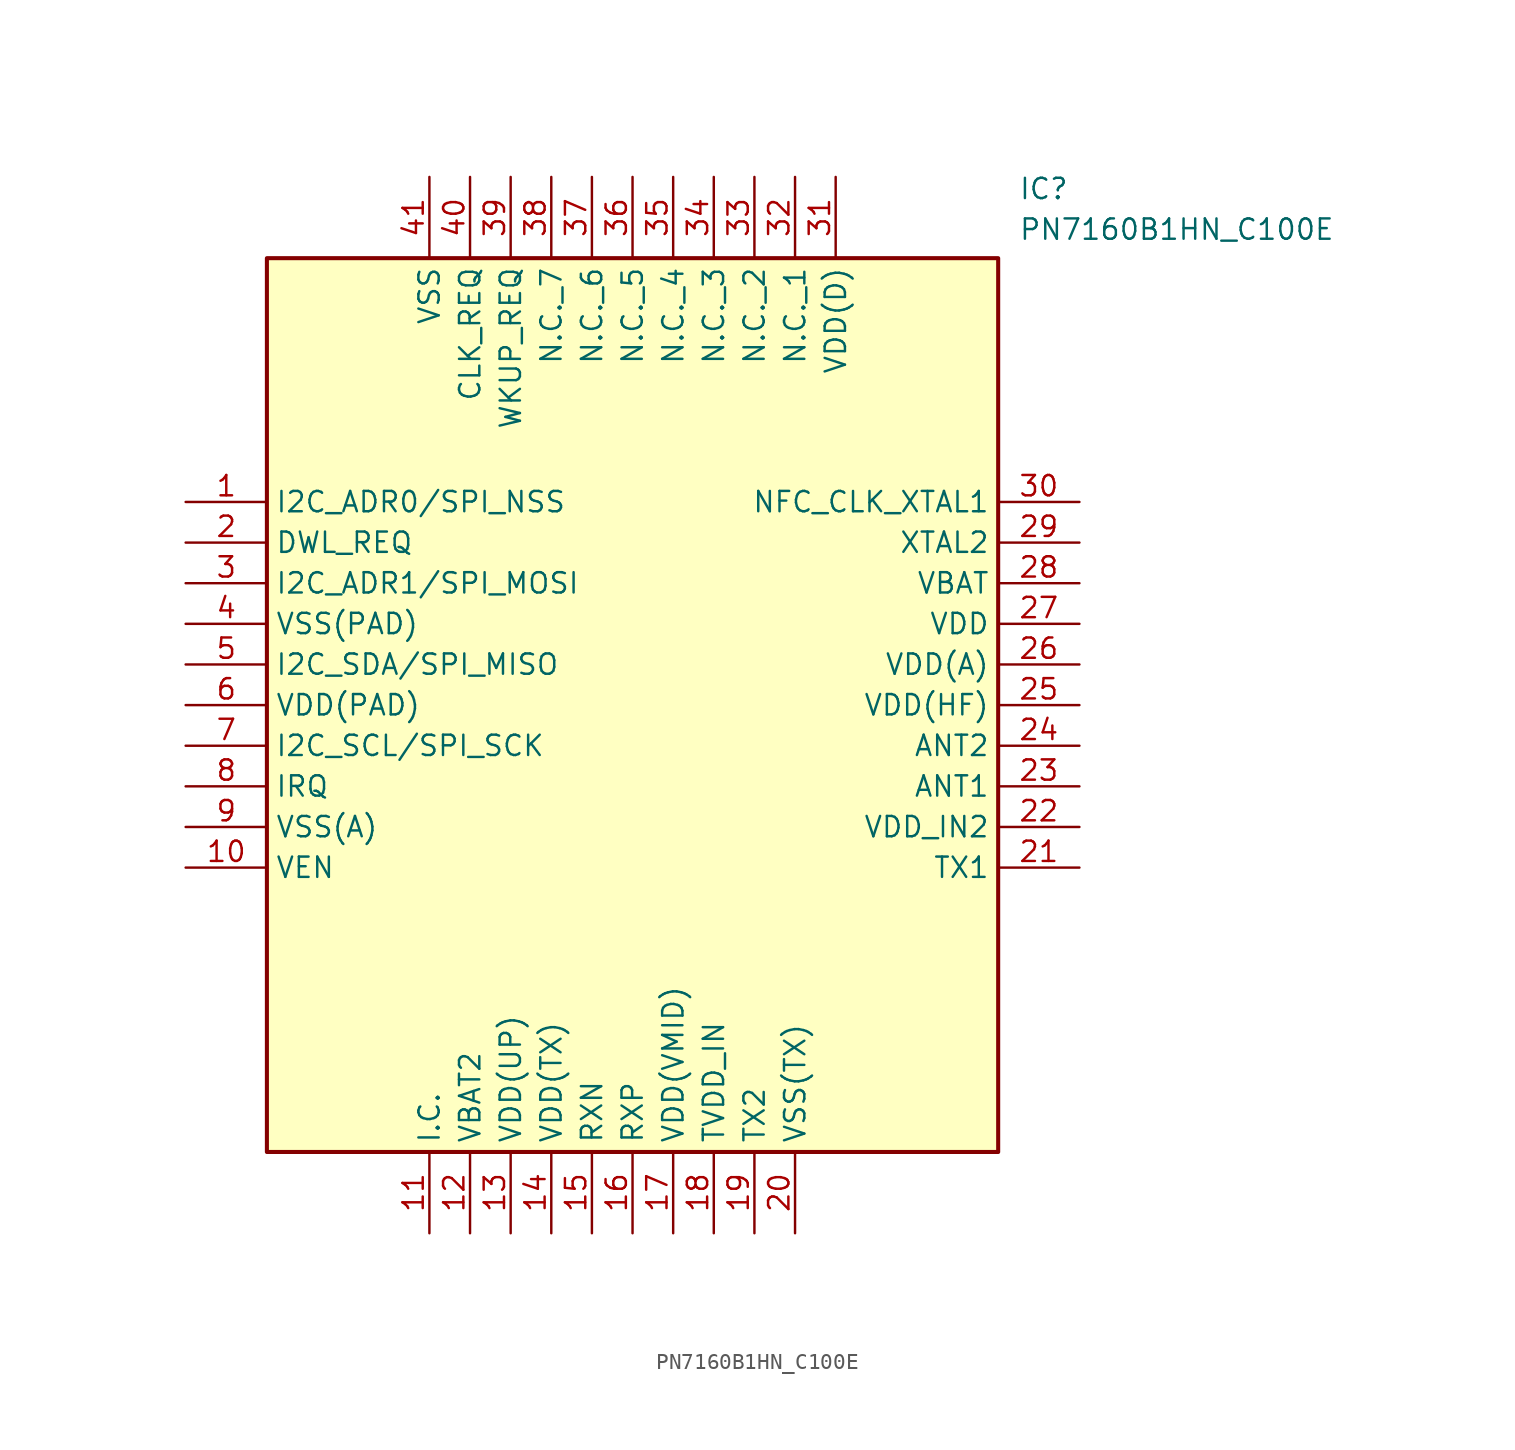
<source format=kicad_sym>
(kicad_symbol_lib
  (version 20211014)
  (generator SamacSys_ECAD_Model)
  (symbol "PN7160B1HN_C100E"
    (property "Reference" "IC"
      (at 52.07 20.32 0)
      (effects (font (size 1.27 1.27)) (justify left top)))
    (property "Value" "PN7160B1HN_C100E"
      (at 52.07 17.78 0)
      (effects (font (size 1.27 1.27)) (justify left top)))
    (rectangle
      (start 5.08 15.24)
      (end 50.8 -40.64)
      (stroke (width 0.254) (type default))
      (fill (type background)))
    (pin passive line
      (at 0 0 0)
      (length 5.08)
      (name "I2C_ADR0/SPI_NSS" (effects (font (size 1.27 1.27))))
      (number "1" (effects (font (size 1.27 1.27)))))
    (pin passive line
      (at 0 -2.54 0)
      (length 5.08)
      (name "DWL_REQ" (effects (font (size 1.27 1.27))))
      (number "2" (effects (font (size 1.27 1.27)))))
    (pin passive line
      (at 0 -5.08 0)
      (length 5.08)
      (name "I2C_ADR1/SPI_MOSI" (effects (font (size 1.27 1.27))))
      (number "3" (effects (font (size 1.27 1.27)))))
    (pin passive line
      (at 0 -7.62 0)
      (length 5.08)
      (name "VSS(PAD)" (effects (font (size 1.27 1.27))))
      (number "4" (effects (font (size 1.27 1.27)))))
    (pin passive line
      (at 0 -10.16 0)
      (length 5.08)
      (name "I2C_SDA/SPI_MISO" (effects (font (size 1.27 1.27))))
      (number "5" (effects (font (size 1.27 1.27)))))
    (pin passive line
      (at 0 -12.7 0)
      (length 5.08)
      (name "VDD(PAD)" (effects (font (size 1.27 1.27))))
      (number "6" (effects (font (size 1.27 1.27)))))
    (pin passive line
      (at 0 -15.24 0)
      (length 5.08)
      (name "I2C_SCL/SPI_SCK" (effects (font (size 1.27 1.27))))
      (number "7" (effects (font (size 1.27 1.27)))))
    (pin passive line
      (at 0 -17.78 0)
      (length 5.08)
      (name "IRQ" (effects (font (size 1.27 1.27))))
      (number "8" (effects (font (size 1.27 1.27)))))
    (pin passive line
      (at 0 -20.32 0)
      (length 5.08)
      (name "VSS(A)" (effects (font (size 1.27 1.27))))
      (number "9" (effects (font (size 1.27 1.27)))))
    (pin passive line
      (at 0 -22.86 0)
      (length 5.08)
      (name "VEN" (effects (font (size 1.27 1.27))))
      (number "10" (effects (font (size 1.27 1.27)))))
    (pin passive line
      (at 15.24 -45.72 90)
      (length 5.08)
      (name "I.C." (effects (font (size 1.27 1.27))))
      (number "11" (effects (font (size 1.27 1.27)))))
    (pin passive line
      (at 17.78 -45.72 90)
      (length 5.08)
      (name "VBAT2" (effects (font (size 1.27 1.27))))
      (number "12" (effects (font (size 1.27 1.27)))))
    (pin passive line
      (at 20.32 -45.72 90)
      (length 5.08)
      (name "VDD(UP)" (effects (font (size 1.27 1.27))))
      (number "13" (effects (font (size 1.27 1.27)))))
    (pin passive line
      (at 22.86 -45.72 90)
      (length 5.08)
      (name "VDD(TX)" (effects (font (size 1.27 1.27))))
      (number "14" (effects (font (size 1.27 1.27)))))
    (pin passive line
      (at 25.4 -45.72 90)
      (length 5.08)
      (name "RXN" (effects (font (size 1.27 1.27))))
      (number "15" (effects (font (size 1.27 1.27)))))
    (pin passive line
      (at 27.94 -45.72 90)
      (length 5.08)
      (name "RXP" (effects (font (size 1.27 1.27))))
      (number "16" (effects (font (size 1.27 1.27)))))
    (pin passive line
      (at 30.48 -45.72 90)
      (length 5.08)
      (name "VDD(VMID)" (effects (font (size 1.27 1.27))))
      (number "17" (effects (font (size 1.27 1.27)))))
    (pin passive line
      (at 33.02 -45.72 90)
      (length 5.08)
      (name "TVDD_IN" (effects (font (size 1.27 1.27))))
      (number "18" (effects (font (size 1.27 1.27)))))
    (pin passive line
      (at 35.56 -45.72 90)
      (length 5.08)
      (name "TX2" (effects (font (size 1.27 1.27))))
      (number "19" (effects (font (size 1.27 1.27)))))
    (pin passive line
      (at 38.1 -45.72 90)
      (length 5.08)
      (name "VSS(TX)" (effects (font (size 1.27 1.27))))
      (number "20" (effects (font (size 1.27 1.27)))))
    (pin passive line
      (at 55.88 0 180)
      (length 5.08)
      (name "NFC_CLK_XTAL1" (effects (font (size 1.27 1.27))))
      (number "30" (effects (font (size 1.27 1.27)))))
    (pin passive line
      (at 55.88 -2.54 180)
      (length 5.08)
      (name "XTAL2" (effects (font (size 1.27 1.27))))
      (number "29" (effects (font (size 1.27 1.27)))))
    (pin passive line
      (at 55.88 -5.08 180)
      (length 5.08)
      (name "VBAT" (effects (font (size 1.27 1.27))))
      (number "28" (effects (font (size 1.27 1.27)))))
    (pin passive line
      (at 55.88 -7.62 180)
      (length 5.08)
      (name "VDD" (effects (font (size 1.27 1.27))))
      (number "27" (effects (font (size 1.27 1.27)))))
    (pin passive line
      (at 55.88 -10.16 180)
      (length 5.08)
      (name "VDD(A)" (effects (font (size 1.27 1.27))))
      (number "26" (effects (font (size 1.27 1.27)))))
    (pin passive line
      (at 55.88 -12.7 180)
      (length 5.08)
      (name "VDD(HF)" (effects (font (size 1.27 1.27))))
      (number "25" (effects (font (size 1.27 1.27)))))
    (pin passive line
      (at 55.88 -15.24 180)
      (length 5.08)
      (name "ANT2" (effects (font (size 1.27 1.27))))
      (number "24" (effects (font (size 1.27 1.27)))))
    (pin passive line
      (at 55.88 -17.78 180)
      (length 5.08)
      (name "ANT1" (effects (font (size 1.27 1.27))))
      (number "23" (effects (font (size 1.27 1.27)))))
    (pin passive line
      (at 55.88 -20.32 180)
      (length 5.08)
      (name "VDD_IN2" (effects (font (size 1.27 1.27))))
      (number "22" (effects (font (size 1.27 1.27)))))
    (pin passive line
      (at 55.88 -22.86 180)
      (length 5.08)
      (name "TX1" (effects (font (size 1.27 1.27))))
      (number "21" (effects (font (size 1.27 1.27)))))
    (pin passive line
      (at 15.24 20.32 270)
      (length 5.08)
      (name "VSS" (effects (font (size 1.27 1.27))))
      (number "41" (effects (font (size 1.27 1.27)))))
    (pin passive line
      (at 17.78 20.32 270)
      (length 5.08)
      (name "CLK_REQ" (effects (font (size 1.27 1.27))))
      (number "40" (effects (font (size 1.27 1.27)))))
    (pin passive line
      (at 20.32 20.32 270)
      (length 5.08)
      (name "WKUP_REQ" (effects (font (size 1.27 1.27))))
      (number "39" (effects (font (size 1.27 1.27)))))
    (pin passive line
      (at 22.86 20.32 270)
      (length 5.08)
      (name "N.C._7" (effects (font (size 1.27 1.27))))
      (number "38" (effects (font (size 1.27 1.27)))))
    (pin passive line
      (at 25.4 20.32 270)
      (length 5.08)
      (name "N.C._6" (effects (font (size 1.27 1.27))))
      (number "37" (effects (font (size 1.27 1.27)))))
    (pin passive line
      (at 27.94 20.32 270)
      (length 5.08)
      (name "N.C._5" (effects (font (size 1.27 1.27))))
      (number "36" (effects (font (size 1.27 1.27)))))
    (pin passive line
      (at 30.48 20.32 270)
      (length 5.08)
      (name "N.C._4" (effects (font (size 1.27 1.27))))
      (number "35" (effects (font (size 1.27 1.27)))))
    (pin passive line
      (at 33.02 20.32 270)
      (length 5.08)
      (name "N.C._3" (effects (font (size 1.27 1.27))))
      (number "34" (effects (font (size 1.27 1.27)))))
    (pin passive line
      (at 35.56 20.32 270)
      (length 5.08)
      (name "N.C._2" (effects (font (size 1.27 1.27))))
      (number "33" (effects (font (size 1.27 1.27)))))
    (pin passive line
      (at 38.1 20.32 270)
      (length 5.08)
      (name "N.C._1" (effects (font (size 1.27 1.27))))
      (number "32" (effects (font (size 1.27 1.27)))))
    (pin passive line
      (at 40.64 20.32 270)
      (length 5.08)
      (name "VDD(D)" (effects (font (size 1.27 1.27))))
      (number "31" (effects (font (size 1.27 1.27)))))))
</source>
